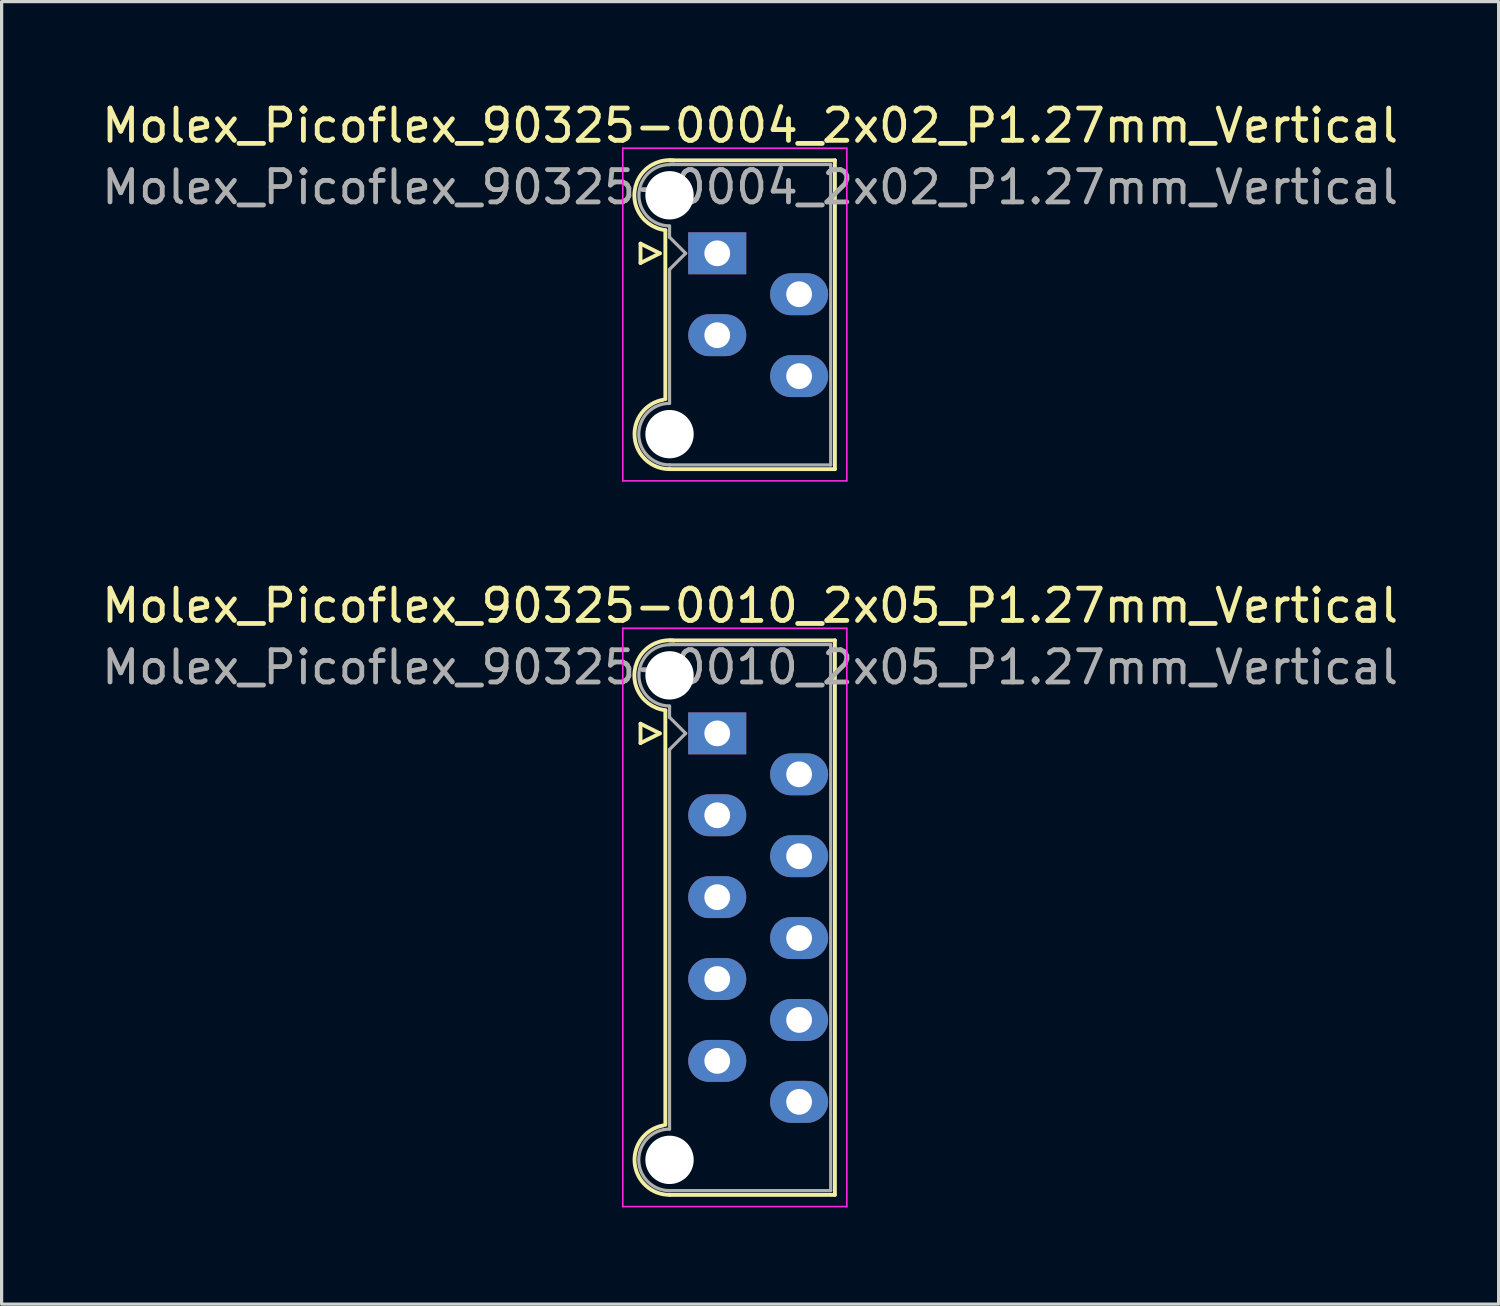
<source format=kicad_pcb>
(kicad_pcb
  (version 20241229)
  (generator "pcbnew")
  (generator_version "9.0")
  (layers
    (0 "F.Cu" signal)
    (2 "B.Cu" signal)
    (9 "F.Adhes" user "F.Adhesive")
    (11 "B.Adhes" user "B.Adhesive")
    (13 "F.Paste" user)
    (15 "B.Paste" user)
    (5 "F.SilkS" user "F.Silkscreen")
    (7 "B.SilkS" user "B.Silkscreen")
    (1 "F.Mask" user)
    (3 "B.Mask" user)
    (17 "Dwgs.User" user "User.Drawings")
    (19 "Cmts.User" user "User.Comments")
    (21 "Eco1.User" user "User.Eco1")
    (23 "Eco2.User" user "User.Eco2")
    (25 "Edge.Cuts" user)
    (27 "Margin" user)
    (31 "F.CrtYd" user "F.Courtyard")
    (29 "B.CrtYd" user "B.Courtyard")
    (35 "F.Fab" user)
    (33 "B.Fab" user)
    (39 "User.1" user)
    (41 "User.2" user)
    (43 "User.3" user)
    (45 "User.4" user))
  (footprint "Molex_Picoflex_90325-0004_2x02_P1.27mm_Vertical"
    (layer "F.Cu")
    (at 19.2 4.808)
    (property "Reference" "Molex_Picoflex_90325-0004_2x02_P1.27mm_Vertical" (at 1.02 -3.96 0) (layer "F.SilkS") (effects (font (size 1 1) (thickness 0.15))))
    (attr through_hole)
    (fp_line (start -2.38 -0.3) (end -2.38 0.3) (stroke (width 0.12) (type solid)) (layer "F.SilkS"))
    (fp_line (start -2.38 0.3) (end -1.78 0) (stroke (width 0.12) (type solid)) (layer "F.SilkS"))
    (fp_line (start -1.78 0) (end -2.38 -0.3) (stroke (width 0.12) (type solid)) (layer "F.SilkS"))
    (fp_line (start -1.61 -0.715) (end -1.61 4.525) (stroke (width 0.12) (type solid)) (layer "F.SilkS"))
    (fp_line (start -1.48 -2.885) (end 3.65 -2.885) (stroke (width 0.12) (type solid)) (layer "F.SilkS"))
    (fp_line (start 3.65 -2.885) (end 3.65 6.695) (stroke (width 0.12) (type solid)) (layer "F.SilkS"))
    (fp_line (start 3.65 6.695) (end -1.48 6.695) (stroke (width 0.12) (type solid)) (layer "F.SilkS"))
    (fp_arc (start -1.61 -0.72) (mid -2.56 -1.93) (end -1.35 -2.88) (stroke (width 0.12) (type solid)) (layer "F.SilkS"))
    (fp_arc (start -1.47 6.695) (mid -2.56 5.714526) (end -1.678256 4.54322) (stroke (width 0.12) (type solid)) (layer "F.SilkS"))
    (fp_line (start -2.93 -3.26) (end -2.93 7.06) (stroke (width 0.05) (type solid)) (layer "F.CrtYd"))
    (fp_line (start -2.93 7.06) (end 4.02 7.06) (stroke (width 0.05) (type solid)) (layer "F.CrtYd"))
    (fp_line (start 4.02 -3.26) (end -2.93 -3.26) (stroke (width 0.05) (type solid)) (layer "F.CrtYd"))
    (fp_line (start 4.02 7.06) (end 4.02 -3.26) (stroke (width 0.05) (type solid)) (layer "F.CrtYd"))
    (fp_line (start -1.48 -2.755) (end 3.52 -2.755) (stroke (width 0.1) (type solid)) (layer "F.Fab"))
    (fp_line (start -1.48 -0.845) (end -1.48 -0.5) (stroke (width 0.1) (type solid)) (layer "F.Fab"))
    (fp_line (start -1.48 -0.5) (end -0.98 0) (stroke (width 0.1) (type solid)) (layer "F.Fab"))
    (fp_line (start -1.48 0.5) (end -1.48 4.655) (stroke (width 0.1) (type solid)) (layer "F.Fab"))
    (fp_line (start -0.98 0) (end -1.48 0.5) (stroke (width 0.1) (type solid)) (layer "F.Fab"))
    (fp_line (start 3.52 -2.755) (end 3.52 6.565) (stroke (width 0.1) (type solid)) (layer "F.Fab"))
    (fp_line (start 3.52 6.565) (end -1.48 6.565) (stroke (width 0.1) (type solid)) (layer "F.Fab"))
    (fp_arc (start -1.48 -0.85) (mid -2.43 -1.8) (end -1.48 -2.75) (stroke (width 0.1) (type solid)) (layer "F.Fab"))
    (fp_arc (start -1.48 6.565) (mid -2.435 5.61) (end -1.48 4.655) (stroke (width 0.1) (type solid)) (layer "F.Fab"))
    (fp_text user "${REFERENCE}" (at 1.02 -2.05 0) (layer "F.Fab") (effects (font (size 1 1) (thickness 0.15))))
    (pad "" np_thru_hole circle (at -1.48 -1.8) (size 1.5 1.5) (drill 1.5) (layers "*.Cu" "*.Mask"))
    (pad "" np_thru_hole circle (at -1.48 5.61) (size 1.5 1.5) (drill 1.5) (layers "*.Cu" "*.Mask"))
    (pad "1" thru_hole rect (at 0 0) (size 1.8 1.3) (drill 0.8) (layers "*.Cu" "*.Mask"))
    (pad "2" thru_hole oval (at 2.54 1.27) (size 1.8 1.3) (drill 0.8) (layers "*.Cu" "*.Mask"))
    (pad "3" thru_hole oval (at 0 2.54) (size 1.8 1.3) (drill 0.8) (layers "*.Cu" "*.Mask"))
    (pad "4" thru_hole oval (at 2.54 3.81) (size 1.8 1.3) (drill 0.8) (layers "*.Cu" "*.Mask")))
  (footprint "Molex_Picoflex_90325-0010_2x05_P1.27mm_Vertical"
    (layer "F.Cu")
    (at 19.2 19.701)
    (property "Reference" "Molex_Picoflex_90325-0010_2x05_P1.27mm_Vertical" (at 1.02 -3.96 0) (layer "F.SilkS") (effects (font (size 1 1) (thickness 0.15))))
    (attr through_hole)
    (fp_line (start -2.38 -0.3) (end -2.38 0.3) (stroke (width 0.12) (type solid)) (layer "F.SilkS"))
    (fp_line (start -2.38 0.3) (end -1.78 0) (stroke (width 0.12) (type solid)) (layer "F.SilkS"))
    (fp_line (start -1.78 0) (end -2.38 -0.3) (stroke (width 0.12) (type solid)) (layer "F.SilkS"))
    (fp_line (start -1.61 -0.715) (end -1.61 12.145) (stroke (width 0.12) (type solid)) (layer "F.SilkS"))
    (fp_line (start -1.48 -2.885) (end 3.65 -2.885) (stroke (width 0.12) (type solid)) (layer "F.SilkS"))
    (fp_line (start 3.65 -2.885) (end 3.65 14.315) (stroke (width 0.12) (type solid)) (layer "F.SilkS"))
    (fp_line (start 3.65 14.315) (end -1.48 14.315) (stroke (width 0.12) (type solid)) (layer "F.SilkS"))
    (fp_arc (start -1.61 -0.72) (mid -2.56 -1.93) (end -1.35 -2.88) (stroke (width 0.12) (type solid)) (layer "F.SilkS"))
    (fp_arc (start -1.47 14.315) (mid -2.56 13.334526) (end -1.678256 12.16322) (stroke (width 0.12) (type solid)) (layer "F.SilkS"))
    (fp_line (start -2.93 -3.26) (end -2.93 14.68) (stroke (width 0.05) (type solid)) (layer "F.CrtYd"))
    (fp_line (start -2.93 14.68) (end 4.02 14.68) (stroke (width 0.05) (type solid)) (layer "F.CrtYd"))
    (fp_line (start 4.02 -3.26) (end -2.93 -3.26) (stroke (width 0.05) (type solid)) (layer "F.CrtYd"))
    (fp_line (start 4.02 14.68) (end 4.02 -3.26) (stroke (width 0.05) (type solid)) (layer "F.CrtYd"))
    (fp_line (start -1.48 -2.755) (end 3.52 -2.755) (stroke (width 0.1) (type solid)) (layer "F.Fab"))
    (fp_line (start -1.48 -0.845) (end -1.48 -0.5) (stroke (width 0.1) (type solid)) (layer "F.Fab"))
    (fp_line (start -1.48 -0.5) (end -0.98 0) (stroke (width 0.1) (type solid)) (layer "F.Fab"))
    (fp_line (start -1.48 0.5) (end -1.48 12.275) (stroke (width 0.1) (type solid)) (layer "F.Fab"))
    (fp_line (start -0.98 0) (end -1.48 0.5) (stroke (width 0.1) (type solid)) (layer "F.Fab"))
    (fp_line (start 3.52 -2.755) (end 3.52 14.185) (stroke (width 0.1) (type solid)) (layer "F.Fab"))
    (fp_line (start 3.52 14.185) (end -1.48 14.185) (stroke (width 0.1) (type solid)) (layer "F.Fab"))
    (fp_arc (start -1.48 -0.85) (mid -2.43 -1.8) (end -1.48 -2.75) (stroke (width 0.1) (type solid)) (layer "F.Fab"))
    (fp_arc (start -1.48 14.185) (mid -2.435 13.23) (end -1.48 12.275) (stroke (width 0.1) (type solid)) (layer "F.Fab"))
    (fp_text user "${REFERENCE}" (at 1.02 -2.05 0) (layer "F.Fab") (effects (font (size 1 1) (thickness 0.15))))
    (pad "" np_thru_hole circle (at -1.48 -1.8) (size 1.5 1.5) (drill 1.5) (layers "*.Cu" "*.Mask"))
    (pad "" np_thru_hole circle (at -1.48 13.23) (size 1.5 1.5) (drill 1.5) (layers "*.Cu" "*.Mask"))
    (pad "1" thru_hole rect (at 0 0) (size 1.8 1.3) (drill 0.8) (layers "*.Cu" "*.Mask"))
    (pad "2" thru_hole oval (at 2.54 1.27) (size 1.8 1.3) (drill 0.8) (layers "*.Cu" "*.Mask"))
    (pad "3" thru_hole oval (at 0 2.54) (size 1.8 1.3) (drill 0.8) (layers "*.Cu" "*.Mask"))
    (pad "4" thru_hole oval (at 2.54 3.81) (size 1.8 1.3) (drill 0.8) (layers "*.Cu" "*.Mask"))
    (pad "5" thru_hole oval (at 0 5.08) (size 1.8 1.3) (drill 0.8) (layers "*.Cu" "*.Mask"))
    (pad "6" thru_hole oval (at 2.54 6.35) (size 1.8 1.3) (drill 0.8) (layers "*.Cu" "*.Mask"))
    (pad "7" thru_hole oval (at 0 7.62) (size 1.8 1.3) (drill 0.8) (layers "*.Cu" "*.Mask"))
    (pad "8" thru_hole oval (at 2.54 8.89) (size 1.8 1.3) (drill 0.8) (layers "*.Cu" "*.Mask"))
    (pad "9" thru_hole oval (at 0 10.16) (size 1.8 1.3) (drill 0.8) (layers "*.Cu" "*.Mask"))
    (pad "10" thru_hole oval (at 2.54 11.43) (size 1.8 1.3) (drill 0.8) (layers "*.Cu" "*.Mask")))
  (gr_rect
    (start -3 -3)
    (end 43.44 37.407)
    (stroke (width 0.1) (type default))
    (fill no)
    (layer "Edge.Cuts")))
</source>
